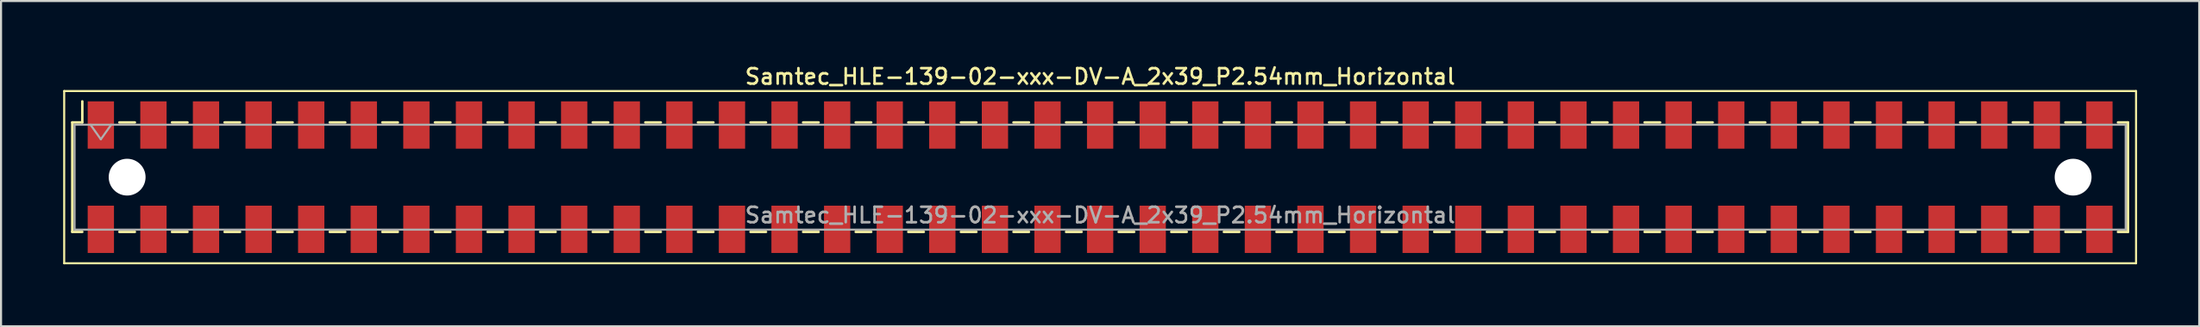
<source format=kicad_pcb>
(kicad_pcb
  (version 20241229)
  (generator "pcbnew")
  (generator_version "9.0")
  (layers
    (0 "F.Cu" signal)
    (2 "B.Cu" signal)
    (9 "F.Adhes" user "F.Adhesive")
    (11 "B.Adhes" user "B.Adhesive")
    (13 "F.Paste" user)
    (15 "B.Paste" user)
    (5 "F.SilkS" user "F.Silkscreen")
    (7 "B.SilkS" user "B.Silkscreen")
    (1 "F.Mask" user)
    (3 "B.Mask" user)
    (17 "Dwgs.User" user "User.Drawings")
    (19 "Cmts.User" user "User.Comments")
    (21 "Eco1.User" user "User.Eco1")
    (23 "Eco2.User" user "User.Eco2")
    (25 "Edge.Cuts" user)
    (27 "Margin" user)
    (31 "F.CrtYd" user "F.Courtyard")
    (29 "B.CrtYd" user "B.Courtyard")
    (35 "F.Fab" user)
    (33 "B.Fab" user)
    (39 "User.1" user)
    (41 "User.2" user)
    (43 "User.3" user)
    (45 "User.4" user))
  (footprint "Samtec_HLE-139-02-xxx-DV-A_2x39_P2.54mm_Horizontal"
    (layer "F.Cu")
    (at 50.08 5.528)
    (property "Reference" "Samtec_HLE-139-02-xxx-DV-A_2x39_P2.54mm_Horizontal" (at 0 -4.87 0) (layer "F.SilkS") (effects (font (size 0.75 0.75) (thickness 0.125))))
    (attr smd)
    (fp_line (start -50.03 -4.17) (end 50.03 -4.17) (stroke (width 0.1) (type solid)) (layer "F.SilkS"))
    (fp_line (start -50.03 4.17) (end -50.03 -4.17) (stroke (width 0.1) (type solid)) (layer "F.SilkS"))
    (fp_line (start -49.64 -2.65) (end -49.64 2.65) (stroke (width 0.12) (type solid)) (layer "F.SilkS"))
    (fp_line (start -49.64 2.65) (end -49.155 2.65) (stroke (width 0.12) (type solid)) (layer "F.SilkS"))
    (fp_line (start -49.155 -3.67) (end -49.155 -2.65) (stroke (width 0.12) (type solid)) (layer "F.SilkS"))
    (fp_line (start -49.155 -2.65) (end -49.64 -2.65) (stroke (width 0.12) (type solid)) (layer "F.SilkS"))
    (fp_line (start -47.365 -2.65) (end -46.615 -2.65) (stroke (width 0.12) (type solid)) (layer "F.SilkS"))
    (fp_line (start -47.365 2.65) (end -46.615 2.65) (stroke (width 0.12) (type solid)) (layer "F.SilkS"))
    (fp_line (start -44.825 -2.65) (end -44.075 -2.65) (stroke (width 0.12) (type solid)) (layer "F.SilkS"))
    (fp_line (start -44.825 2.65) (end -44.075 2.65) (stroke (width 0.12) (type solid)) (layer "F.SilkS"))
    (fp_line (start -42.285 -2.65) (end -41.535 -2.65) (stroke (width 0.12) (type solid)) (layer "F.SilkS"))
    (fp_line (start -42.285 2.65) (end -41.535 2.65) (stroke (width 0.12) (type solid)) (layer "F.SilkS"))
    (fp_line (start -39.745 -2.65) (end -38.995 -2.65) (stroke (width 0.12) (type solid)) (layer "F.SilkS"))
    (fp_line (start -39.745 2.65) (end -38.995 2.65) (stroke (width 0.12) (type solid)) (layer "F.SilkS"))
    (fp_line (start -37.205 -2.65) (end -36.455 -2.65) (stroke (width 0.12) (type solid)) (layer "F.SilkS"))
    (fp_line (start -37.205 2.65) (end -36.455 2.65) (stroke (width 0.12) (type solid)) (layer "F.SilkS"))
    (fp_line (start -34.665 -2.65) (end -33.915 -2.65) (stroke (width 0.12) (type solid)) (layer "F.SilkS"))
    (fp_line (start -34.665 2.65) (end -33.915 2.65) (stroke (width 0.12) (type solid)) (layer "F.SilkS"))
    (fp_line (start -32.125 -2.65) (end -31.375 -2.65) (stroke (width 0.12) (type solid)) (layer "F.SilkS"))
    (fp_line (start -32.125 2.65) (end -31.375 2.65) (stroke (width 0.12) (type solid)) (layer "F.SilkS"))
    (fp_line (start -29.585 -2.65) (end -28.835 -2.65) (stroke (width 0.12) (type solid)) (layer "F.SilkS"))
    (fp_line (start -29.585 2.65) (end -28.835 2.65) (stroke (width 0.12) (type solid)) (layer "F.SilkS"))
    (fp_line (start -27.045 -2.65) (end -26.295 -2.65) (stroke (width 0.12) (type solid)) (layer "F.SilkS"))
    (fp_line (start -27.045 2.65) (end -26.295 2.65) (stroke (width 0.12) (type solid)) (layer "F.SilkS"))
    (fp_line (start -24.505 -2.65) (end -23.755 -2.65) (stroke (width 0.12) (type solid)) (layer "F.SilkS"))
    (fp_line (start -24.505 2.65) (end -23.755 2.65) (stroke (width 0.12) (type solid)) (layer "F.SilkS"))
    (fp_line (start -21.965 -2.65) (end -21.215 -2.65) (stroke (width 0.12) (type solid)) (layer "F.SilkS"))
    (fp_line (start -21.965 2.65) (end -21.215 2.65) (stroke (width 0.12) (type solid)) (layer "F.SilkS"))
    (fp_line (start -19.425 -2.65) (end -18.675 -2.65) (stroke (width 0.12) (type solid)) (layer "F.SilkS"))
    (fp_line (start -19.425 2.65) (end -18.675 2.65) (stroke (width 0.12) (type solid)) (layer "F.SilkS"))
    (fp_line (start -16.885 -2.65) (end -16.135 -2.65) (stroke (width 0.12) (type solid)) (layer "F.SilkS"))
    (fp_line (start -16.885 2.65) (end -16.135 2.65) (stroke (width 0.12) (type solid)) (layer "F.SilkS"))
    (fp_line (start -14.345 -2.65) (end -13.595 -2.65) (stroke (width 0.12) (type solid)) (layer "F.SilkS"))
    (fp_line (start -14.345 2.65) (end -13.595 2.65) (stroke (width 0.12) (type solid)) (layer "F.SilkS"))
    (fp_line (start -11.805 -2.65) (end -11.055 -2.65) (stroke (width 0.12) (type solid)) (layer "F.SilkS"))
    (fp_line (start -11.805 2.65) (end -11.055 2.65) (stroke (width 0.12) (type solid)) (layer "F.SilkS"))
    (fp_line (start -9.265 -2.65) (end -8.515 -2.65) (stroke (width 0.12) (type solid)) (layer "F.SilkS"))
    (fp_line (start -9.265 2.65) (end -8.515 2.65) (stroke (width 0.12) (type solid)) (layer "F.SilkS"))
    (fp_line (start -6.725 -2.65) (end -5.975 -2.65) (stroke (width 0.12) (type solid)) (layer "F.SilkS"))
    (fp_line (start -6.725 2.65) (end -5.975 2.65) (stroke (width 0.12) (type solid)) (layer "F.SilkS"))
    (fp_line (start -4.185 -2.65) (end -3.435 -2.65) (stroke (width 0.12) (type solid)) (layer "F.SilkS"))
    (fp_line (start -4.185 2.65) (end -3.435 2.65) (stroke (width 0.12) (type solid)) (layer "F.SilkS"))
    (fp_line (start -1.645 -2.65) (end -0.895 -2.65) (stroke (width 0.12) (type solid)) (layer "F.SilkS"))
    (fp_line (start -1.645 2.65) (end -0.895 2.65) (stroke (width 0.12) (type solid)) (layer "F.SilkS"))
    (fp_line (start 0.895 -2.65) (end 1.645 -2.65) (stroke (width 0.12) (type solid)) (layer "F.SilkS"))
    (fp_line (start 0.895 2.65) (end 1.645 2.65) (stroke (width 0.12) (type solid)) (layer "F.SilkS"))
    (fp_line (start 3.435 -2.65) (end 4.185 -2.65) (stroke (width 0.12) (type solid)) (layer "F.SilkS"))
    (fp_line (start 3.435 2.65) (end 4.185 2.65) (stroke (width 0.12) (type solid)) (layer "F.SilkS"))
    (fp_line (start 5.975 -2.65) (end 6.725 -2.65) (stroke (width 0.12) (type solid)) (layer "F.SilkS"))
    (fp_line (start 5.975 2.65) (end 6.725 2.65) (stroke (width 0.12) (type solid)) (layer "F.SilkS"))
    (fp_line (start 8.515 -2.65) (end 9.265 -2.65) (stroke (width 0.12) (type solid)) (layer "F.SilkS"))
    (fp_line (start 8.515 2.65) (end 9.265 2.65) (stroke (width 0.12) (type solid)) (layer "F.SilkS"))
    (fp_line (start 11.055 -2.65) (end 11.805 -2.65) (stroke (width 0.12) (type solid)) (layer "F.SilkS"))
    (fp_line (start 11.055 2.65) (end 11.805 2.65) (stroke (width 0.12) (type solid)) (layer "F.SilkS"))
    (fp_line (start 13.595 -2.65) (end 14.345 -2.65) (stroke (width 0.12) (type solid)) (layer "F.SilkS"))
    (fp_line (start 13.595 2.65) (end 14.345 2.65) (stroke (width 0.12) (type solid)) (layer "F.SilkS"))
    (fp_line (start 16.135 -2.65) (end 16.885 -2.65) (stroke (width 0.12) (type solid)) (layer "F.SilkS"))
    (fp_line (start 16.135 2.65) (end 16.885 2.65) (stroke (width 0.12) (type solid)) (layer "F.SilkS"))
    (fp_line (start 18.675 -2.65) (end 19.425 -2.65) (stroke (width 0.12) (type solid)) (layer "F.SilkS"))
    (fp_line (start 18.675 2.65) (end 19.425 2.65) (stroke (width 0.12) (type solid)) (layer "F.SilkS"))
    (fp_line (start 21.215 -2.65) (end 21.965 -2.65) (stroke (width 0.12) (type solid)) (layer "F.SilkS"))
    (fp_line (start 21.215 2.65) (end 21.965 2.65) (stroke (width 0.12) (type solid)) (layer "F.SilkS"))
    (fp_line (start 23.755 -2.65) (end 24.505 -2.65) (stroke (width 0.12) (type solid)) (layer "F.SilkS"))
    (fp_line (start 23.755 2.65) (end 24.505 2.65) (stroke (width 0.12) (type solid)) (layer "F.SilkS"))
    (fp_line (start 26.295 -2.65) (end 27.045 -2.65) (stroke (width 0.12) (type solid)) (layer "F.SilkS"))
    (fp_line (start 26.295 2.65) (end 27.045 2.65) (stroke (width 0.12) (type solid)) (layer "F.SilkS"))
    (fp_line (start 28.835 -2.65) (end 29.585 -2.65) (stroke (width 0.12) (type solid)) (layer "F.SilkS"))
    (fp_line (start 28.835 2.65) (end 29.585 2.65) (stroke (width 0.12) (type solid)) (layer "F.SilkS"))
    (fp_line (start 31.375 -2.65) (end 32.125 -2.65) (stroke (width 0.12) (type solid)) (layer "F.SilkS"))
    (fp_line (start 31.375 2.65) (end 32.125 2.65) (stroke (width 0.12) (type solid)) (layer "F.SilkS"))
    (fp_line (start 33.915 -2.65) (end 34.665 -2.65) (stroke (width 0.12) (type solid)) (layer "F.SilkS"))
    (fp_line (start 33.915 2.65) (end 34.665 2.65) (stroke (width 0.12) (type solid)) (layer "F.SilkS"))
    (fp_line (start 36.455 -2.65) (end 37.205 -2.65) (stroke (width 0.12) (type solid)) (layer "F.SilkS"))
    (fp_line (start 36.455 2.65) (end 37.205 2.65) (stroke (width 0.12) (type solid)) (layer "F.SilkS"))
    (fp_line (start 38.995 -2.65) (end 39.745 -2.65) (stroke (width 0.12) (type solid)) (layer "F.SilkS"))
    (fp_line (start 38.995 2.65) (end 39.745 2.65) (stroke (width 0.12) (type solid)) (layer "F.SilkS"))
    (fp_line (start 41.535 -2.65) (end 42.285 -2.65) (stroke (width 0.12) (type solid)) (layer "F.SilkS"))
    (fp_line (start 41.535 2.65) (end 42.285 2.65) (stroke (width 0.12) (type solid)) (layer "F.SilkS"))
    (fp_line (start 44.075 -2.65) (end 44.825 -2.65) (stroke (width 0.12) (type solid)) (layer "F.SilkS"))
    (fp_line (start 44.075 2.65) (end 44.825 2.65) (stroke (width 0.12) (type solid)) (layer "F.SilkS"))
    (fp_line (start 46.615 -2.65) (end 47.365 -2.65) (stroke (width 0.12) (type solid)) (layer "F.SilkS"))
    (fp_line (start 46.615 2.65) (end 47.365 2.65) (stroke (width 0.12) (type solid)) (layer "F.SilkS"))
    (fp_line (start 49.155 -2.65) (end 49.64 -2.65) (stroke (width 0.12) (type solid)) (layer "F.SilkS"))
    (fp_line (start 49.64 -2.65) (end 49.64 2.65) (stroke (width 0.12) (type solid)) (layer "F.SilkS"))
    (fp_line (start 49.64 2.65) (end 49.155 2.65) (stroke (width 0.12) (type solid)) (layer "F.SilkS"))
    (fp_line (start 50.03 -4.17) (end 50.03 4.17) (stroke (width 0.1) (type solid)) (layer "F.SilkS"))
    (fp_line (start 50.03 4.17) (end -50.03 4.17) (stroke (width 0.1) (type solid)) (layer "F.SilkS"))
    (fp_line (start -49.53 -2.54) (end 49.53 -2.54) (stroke (width 0.1) (type solid)) (layer "F.Fab"))
    (fp_line (start -49.53 2.54) (end -49.53 -2.54) (stroke (width 0.1) (type solid)) (layer "F.Fab"))
    (fp_line (start -48.76 -2.54) (end -48.26 -1.833) (stroke (width 0.1) (type solid)) (layer "F.Fab"))
    (fp_line (start -48.26 -1.833) (end -47.76 -2.54) (stroke (width 0.1) (type solid)) (layer "F.Fab"))
    (fp_line (start 49.53 -2.54) (end 49.53 2.54) (stroke (width 0.1) (type solid)) (layer "F.Fab"))
    (fp_line (start 49.53 2.54) (end -49.53 2.54) (stroke (width 0.1) (type solid)) (layer "F.Fab"))
    (fp_text user "${REFERENCE}" (at 0 1.84 0) (layer "F.Fab") (effects (font (size 0.75 0.75) (thickness 0.125))))
    (pad "" np_thru_hole circle (at -46.99 0) (size 1.78 1.78) (drill 1.78) (layers "*.Cu" "*.Mask"))
    (pad "" np_thru_hole circle (at 46.99 0) (size 1.78 1.78) (drill 1.78) (layers "*.Cu" "*.Mask"))
    (pad "1" smd rect (at -48.26 -2.525) (size 1.27 2.29) (layers "F.Cu" "F.Mask" "F.Paste"))
    (pad "2" smd rect (at -48.26 2.525) (size 1.27 2.29) (layers "F.Cu" "F.Mask" "F.Paste"))
    (pad "3" smd rect (at -45.72 -2.525) (size 1.27 2.29) (layers "F.Cu" "F.Mask" "F.Paste"))
    (pad "4" smd rect (at -45.72 2.525) (size 1.27 2.29) (layers "F.Cu" "F.Mask" "F.Paste"))
    (pad "5" smd rect (at -43.18 -2.525) (size 1.27 2.29) (layers "F.Cu" "F.Mask" "F.Paste"))
    (pad "6" smd rect (at -43.18 2.525) (size 1.27 2.29) (layers "F.Cu" "F.Mask" "F.Paste"))
    (pad "7" smd rect (at -40.64 -2.525) (size 1.27 2.29) (layers "F.Cu" "F.Mask" "F.Paste"))
    (pad "8" smd rect (at -40.64 2.525) (size 1.27 2.29) (layers "F.Cu" "F.Mask" "F.Paste"))
    (pad "9" smd rect (at -38.1 -2.525) (size 1.27 2.29) (layers "F.Cu" "F.Mask" "F.Paste"))
    (pad "10" smd rect (at -38.1 2.525) (size 1.27 2.29) (layers "F.Cu" "F.Mask" "F.Paste"))
    (pad "11" smd rect (at -35.56 -2.525) (size 1.27 2.29) (layers "F.Cu" "F.Mask" "F.Paste"))
    (pad "12" smd rect (at -35.56 2.525) (size 1.27 2.29) (layers "F.Cu" "F.Mask" "F.Paste"))
    (pad "13" smd rect (at -33.02 -2.525) (size 1.27 2.29) (layers "F.Cu" "F.Mask" "F.Paste"))
    (pad "14" smd rect (at -33.02 2.525) (size 1.27 2.29) (layers "F.Cu" "F.Mask" "F.Paste"))
    (pad "15" smd rect (at -30.48 -2.525) (size 1.27 2.29) (layers "F.Cu" "F.Mask" "F.Paste"))
    (pad "16" smd rect (at -30.48 2.525) (size 1.27 2.29) (layers "F.Cu" "F.Mask" "F.Paste"))
    (pad "17" smd rect (at -27.94 -2.525) (size 1.27 2.29) (layers "F.Cu" "F.Mask" "F.Paste"))
    (pad "18" smd rect (at -27.94 2.525) (size 1.27 2.29) (layers "F.Cu" "F.Mask" "F.Paste"))
    (pad "19" smd rect (at -25.4 -2.525) (size 1.27 2.29) (layers "F.Cu" "F.Mask" "F.Paste"))
    (pad "20" smd rect (at -25.4 2.525) (size 1.27 2.29) (layers "F.Cu" "F.Mask" "F.Paste"))
    (pad "21" smd rect (at -22.86 -2.525) (size 1.27 2.29) (layers "F.Cu" "F.Mask" "F.Paste"))
    (pad "22" smd rect (at -22.86 2.525) (size 1.27 2.29) (layers "F.Cu" "F.Mask" "F.Paste"))
    (pad "23" smd rect (at -20.32 -2.525) (size 1.27 2.29) (layers "F.Cu" "F.Mask" "F.Paste"))
    (pad "24" smd rect (at -20.32 2.525) (size 1.27 2.29) (layers "F.Cu" "F.Mask" "F.Paste"))
    (pad "25" smd rect (at -17.78 -2.525) (size 1.27 2.29) (layers "F.Cu" "F.Mask" "F.Paste"))
    (pad "26" smd rect (at -17.78 2.525) (size 1.27 2.29) (layers "F.Cu" "F.Mask" "F.Paste"))
    (pad "27" smd rect (at -15.24 -2.525) (size 1.27 2.29) (layers "F.Cu" "F.Mask" "F.Paste"))
    (pad "28" smd rect (at -15.24 2.525) (size 1.27 2.29) (layers "F.Cu" "F.Mask" "F.Paste"))
    (pad "29" smd rect (at -12.7 -2.525) (size 1.27 2.29) (layers "F.Cu" "F.Mask" "F.Paste"))
    (pad "30" smd rect (at -12.7 2.525) (size 1.27 2.29) (layers "F.Cu" "F.Mask" "F.Paste"))
    (pad "31" smd rect (at -10.16 -2.525) (size 1.27 2.29) (layers "F.Cu" "F.Mask" "F.Paste"))
    (pad "32" smd rect (at -10.16 2.525) (size 1.27 2.29) (layers "F.Cu" "F.Mask" "F.Paste"))
    (pad "33" smd rect (at -7.62 -2.525) (size 1.27 2.29) (layers "F.Cu" "F.Mask" "F.Paste"))
    (pad "34" smd rect (at -7.62 2.525) (size 1.27 2.29) (layers "F.Cu" "F.Mask" "F.Paste"))
    (pad "35" smd rect (at -5.08 -2.525) (size 1.27 2.29) (layers "F.Cu" "F.Mask" "F.Paste"))
    (pad "36" smd rect (at -5.08 2.525) (size 1.27 2.29) (layers "F.Cu" "F.Mask" "F.Paste"))
    (pad "37" smd rect (at -2.54 -2.525) (size 1.27 2.29) (layers "F.Cu" "F.Mask" "F.Paste"))
    (pad "38" smd rect (at -2.54 2.525) (size 1.27 2.29) (layers "F.Cu" "F.Mask" "F.Paste"))
    (pad "39" smd rect (at 0 -2.525) (size 1.27 2.29) (layers "F.Cu" "F.Mask" "F.Paste"))
    (pad "40" smd rect (at 0 2.525) (size 1.27 2.29) (layers "F.Cu" "F.Mask" "F.Paste"))
    (pad "41" smd rect (at 2.54 -2.525) (size 1.27 2.29) (layers "F.Cu" "F.Mask" "F.Paste"))
    (pad "42" smd rect (at 2.54 2.525) (size 1.27 2.29) (layers "F.Cu" "F.Mask" "F.Paste"))
    (pad "43" smd rect (at 5.08 -2.525) (size 1.27 2.29) (layers "F.Cu" "F.Mask" "F.Paste"))
    (pad "44" smd rect (at 5.08 2.525) (size 1.27 2.29) (layers "F.Cu" "F.Mask" "F.Paste"))
    (pad "45" smd rect (at 7.62 -2.525) (size 1.27 2.29) (layers "F.Cu" "F.Mask" "F.Paste"))
    (pad "46" smd rect (at 7.62 2.525) (size 1.27 2.29) (layers "F.Cu" "F.Mask" "F.Paste"))
    (pad "47" smd rect (at 10.16 -2.525) (size 1.27 2.29) (layers "F.Cu" "F.Mask" "F.Paste"))
    (pad "48" smd rect (at 10.16 2.525) (size 1.27 2.29) (layers "F.Cu" "F.Mask" "F.Paste"))
    (pad "49" smd rect (at 12.7 -2.525) (size 1.27 2.29) (layers "F.Cu" "F.Mask" "F.Paste"))
    (pad "50" smd rect (at 12.7 2.525) (size 1.27 2.29) (layers "F.Cu" "F.Mask" "F.Paste"))
    (pad "51" smd rect (at 15.24 -2.525) (size 1.27 2.29) (layers "F.Cu" "F.Mask" "F.Paste"))
    (pad "52" smd rect (at 15.24 2.525) (size 1.27 2.29) (layers "F.Cu" "F.Mask" "F.Paste"))
    (pad "53" smd rect (at 17.78 -2.525) (size 1.27 2.29) (layers "F.Cu" "F.Mask" "F.Paste"))
    (pad "54" smd rect (at 17.78 2.525) (size 1.27 2.29) (layers "F.Cu" "F.Mask" "F.Paste"))
    (pad "55" smd rect (at 20.32 -2.525) (size 1.27 2.29) (layers "F.Cu" "F.Mask" "F.Paste"))
    (pad "56" smd rect (at 20.32 2.525) (size 1.27 2.29) (layers "F.Cu" "F.Mask" "F.Paste"))
    (pad "57" smd rect (at 22.86 -2.525) (size 1.27 2.29) (layers "F.Cu" "F.Mask" "F.Paste"))
    (pad "58" smd rect (at 22.86 2.525) (size 1.27 2.29) (layers "F.Cu" "F.Mask" "F.Paste"))
    (pad "59" smd rect (at 25.4 -2.525) (size 1.27 2.29) (layers "F.Cu" "F.Mask" "F.Paste"))
    (pad "60" smd rect (at 25.4 2.525) (size 1.27 2.29) (layers "F.Cu" "F.Mask" "F.Paste"))
    (pad "61" smd rect (at 27.94 -2.525) (size 1.27 2.29) (layers "F.Cu" "F.Mask" "F.Paste"))
    (pad "62" smd rect (at 27.94 2.525) (size 1.27 2.29) (layers "F.Cu" "F.Mask" "F.Paste"))
    (pad "63" smd rect (at 30.48 -2.525) (size 1.27 2.29) (layers "F.Cu" "F.Mask" "F.Paste"))
    (pad "64" smd rect (at 30.48 2.525) (size 1.27 2.29) (layers "F.Cu" "F.Mask" "F.Paste"))
    (pad "65" smd rect (at 33.02 -2.525) (size 1.27 2.29) (layers "F.Cu" "F.Mask" "F.Paste"))
    (pad "66" smd rect (at 33.02 2.525) (size 1.27 2.29) (layers "F.Cu" "F.Mask" "F.Paste"))
    (pad "67" smd rect (at 35.56 -2.525) (size 1.27 2.29) (layers "F.Cu" "F.Mask" "F.Paste"))
    (pad "68" smd rect (at 35.56 2.525) (size 1.27 2.29) (layers "F.Cu" "F.Mask" "F.Paste"))
    (pad "69" smd rect (at 38.1 -2.525) (size 1.27 2.29) (layers "F.Cu" "F.Mask" "F.Paste"))
    (pad "70" smd rect (at 38.1 2.525) (size 1.27 2.29) (layers "F.Cu" "F.Mask" "F.Paste"))
    (pad "71" smd rect (at 40.64 -2.525) (size 1.27 2.29) (layers "F.Cu" "F.Mask" "F.Paste"))
    (pad "72" smd rect (at 40.64 2.525) (size 1.27 2.29) (layers "F.Cu" "F.Mask" "F.Paste"))
    (pad "73" smd rect (at 43.18 -2.525) (size 1.27 2.29) (layers "F.Cu" "F.Mask" "F.Paste"))
    (pad "74" smd rect (at 43.18 2.525) (size 1.27 2.29) (layers "F.Cu" "F.Mask" "F.Paste"))
    (pad "75" smd rect (at 45.72 -2.525) (size 1.27 2.29) (layers "F.Cu" "F.Mask" "F.Paste"))
    (pad "76" smd rect (at 45.72 2.525) (size 1.27 2.29) (layers "F.Cu" "F.Mask" "F.Paste"))
    (pad "77" smd rect (at 48.26 -2.525) (size 1.27 2.29) (layers "F.Cu" "F.Mask" "F.Paste"))
    (pad "78" smd rect (at 48.26 2.525) (size 1.27 2.29) (layers "F.Cu" "F.Mask" "F.Paste")))
  (gr_rect
    (start -3 -3)
    (end 103.16 12.748)
    (stroke (width 0.1) (type default))
    (fill no)
    (layer "Edge.Cuts")))
</source>
